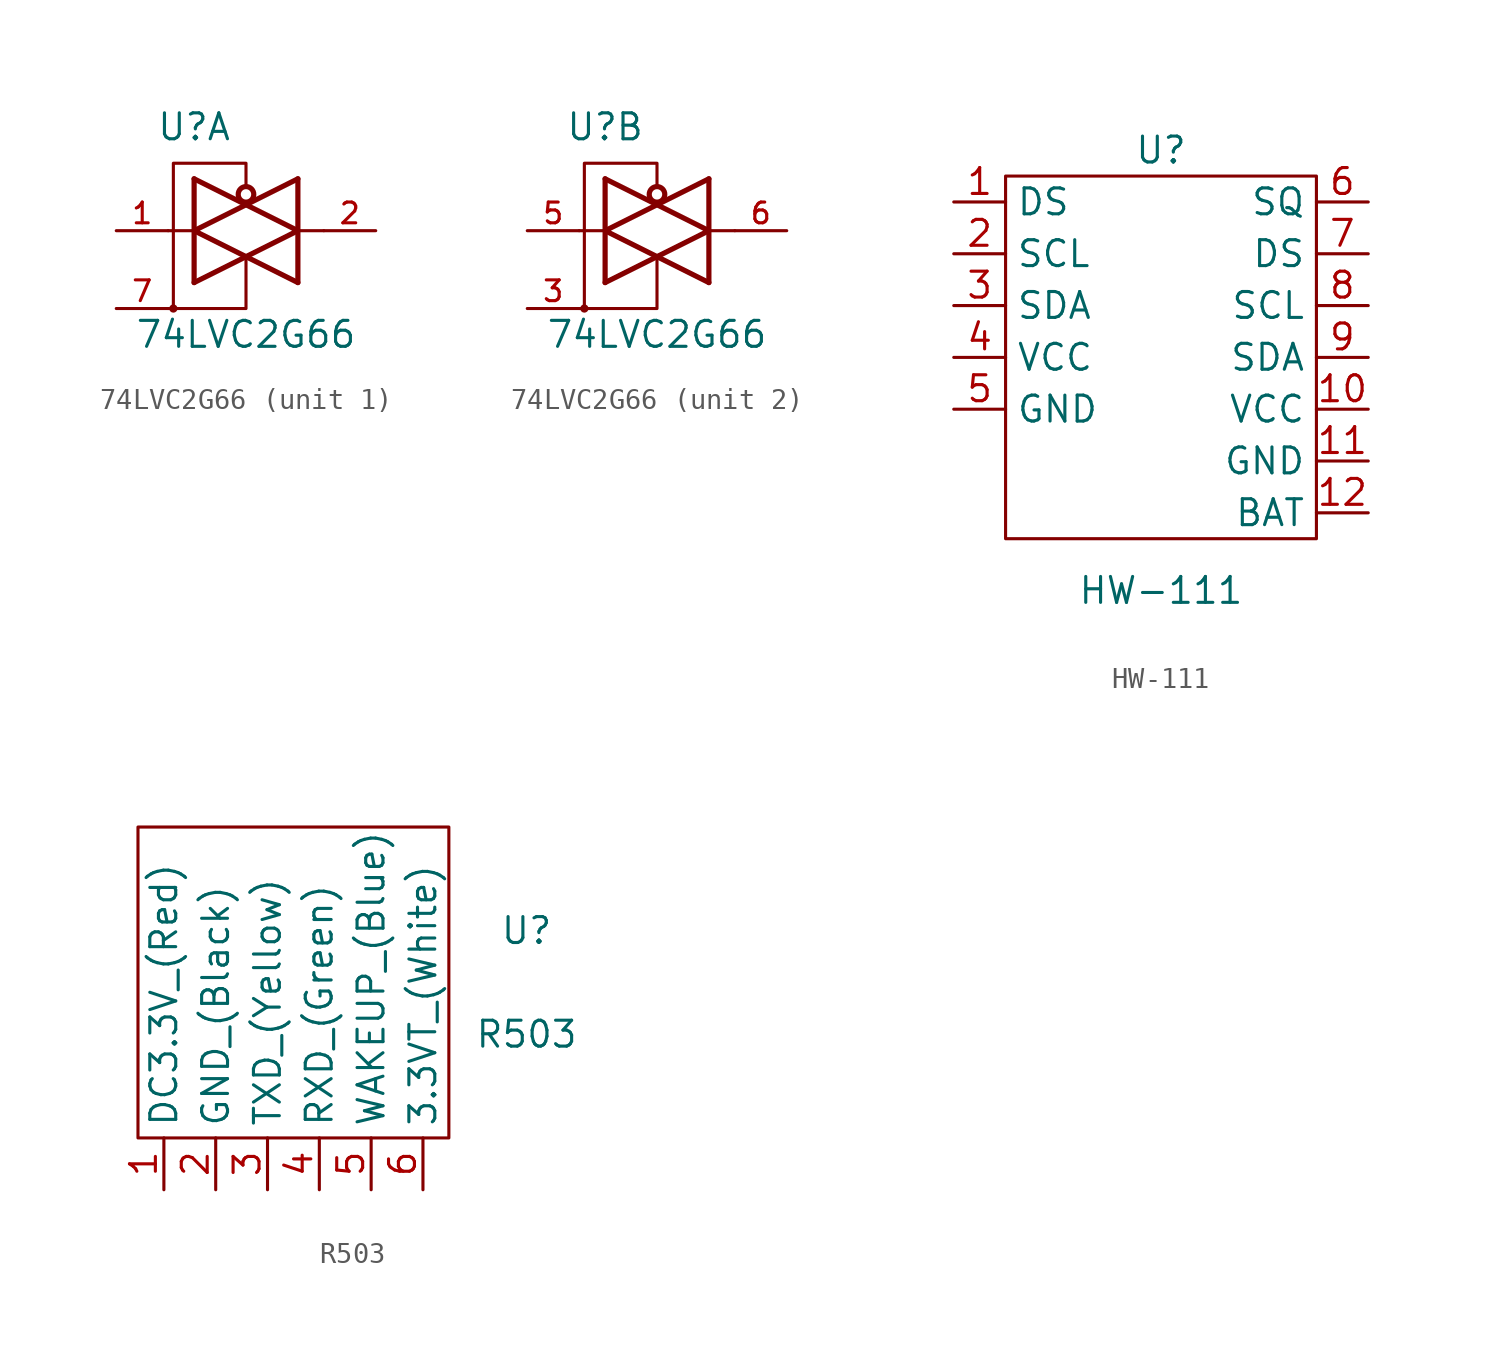
<source format=kicad_sym>
(kicad_symbol_lib
  (version 20211014)
  (generator kicad_symbol_editor)
  (symbol "74LVC2G66"
    (pin_names
      (offset 1.016))
    (property "Reference" "U"
      (at -2.54 5.08 0)
      (effects (font (size 1.27 1.27))))
    (property "Value" "74LVC2G66"
      (at 0 -5.08 0)
      (effects (font (size 1.27 1.27))))
    (symbol "74LVC2G66_0_1"
      (circle (center -3.556 -3.81) (radius 0.127) (stroke (width 0) (type default) (color 0 0 0 0)) (fill (type none)))
      (polyline (pts (xy -3.81 0) (xy -2.54 0)) (stroke (width 0) (type default) (color 0 0 0 0)) (fill (type none)))
      (polyline (pts (xy -2.54 2.54) (xy -2.54 -2.54)) (stroke (width 0.254) (type default) (color 0 0 0 0)) (fill (type none)))
      (polyline (pts (xy 2.54 0) (xy 3.81 0)) (stroke (width 0) (type default) (color 0 0 0 0)) (fill (type none)))
      (polyline (pts (xy 2.54 2.54) (xy 2.54 -2.54)) (stroke (width 0.254) (type default) (color 0 0 0 0)) (fill (type none)))
      (polyline (pts (xy -3.81 -3.81) (xy 0 -3.81) (xy 0 -1.27)) (stroke (width 0) (type default) (color 0 0 0 0)) (fill (type none)))
      (polyline (pts (xy -2.54 -2.54) (xy 2.54 0) (xy -2.54 2.54)) (stroke (width 0.254) (type default) (color 0 0 0 0)) (fill (type none)))
      (polyline (pts (xy 2.54 2.54) (xy -2.54 0) (xy 2.54 -2.54)) (stroke (width 0.254) (type default) (color 0 0 0 0)) (fill (type none)))
      (polyline (pts (xy 0 2.159) (xy 0 3.302) (xy -3.556 3.302) (xy -3.556 -3.81)) (stroke (width 0) (type default) (color 0 0 0 0)) (fill (type none)))
      (circle (center 0 1.778) (radius 0.381) (stroke (width 0.254) (type default) (color 0 0 0 0)) (fill (type none)))
      (pin power_in line (at 1.27 -3.81 270) (length 0) hide (name "GND" (effects (font (size 1.016 1.016)))) (number "4" (effects (font (size 1.016 1.016)))))
      (pin power_in line (at 1.27 3.81 90) (length 0) hide (name "+3.3V" (effects (font (size 1.016 1.016)))) (number "8" (effects (font (size 1.016 1.016))))))
    (symbol "74LVC2G66_1_1"
      (pin input line (at -6.35 0 0) (length 2.54) (name "~" (effects (font (size 1.016 1.016)))) (number "1" (effects (font (size 1.016 1.016)))))
      (pin tri_state line (at 6.35 0 180) (length 2.54) (name "~" (effects (font (size 1.016 1.016)))) (number "2" (effects (font (size 1.016 1.016)))))
      (pin input line (at -6.35 -3.81 0) (length 2.54) (name "~" (effects (font (size 1.016 1.016)))) (number "7" (effects (font (size 1.016 1.016))))))
    (symbol "74LVC2G66_2_1"
      (pin input line (at -6.35 -3.81 0) (length 2.54) (name "~" (effects (font (size 1.016 1.016)))) (number "3" (effects (font (size 1.016 1.016)))))
      (pin input line (at -6.35 0 0) (length 2.54) (name "~" (effects (font (size 1.016 1.016)))) (number "5" (effects (font (size 1.016 1.016)))))
      (pin tri_state line (at 6.35 0 180) (length 2.54) (name "~" (effects (font (size 1.016 1.016)))) (number "6" (effects (font (size 1.016 1.016)))))))
  (symbol "HW-111"
    (property "Reference" "U"
      (at 10.16 2.54 0)
      (effects (font (size 1.27 1.27))))
    (property "Value" "HW-111"
      (at 10.16 -19.05 0)
      (effects (font (size 1.27 1.27))))
    (symbol "HW-111_0_1"
      (rectangle (start 2.54 1.27) (end 17.78 -16.51) (stroke (width 0) (type default) (color 0 0 0 0)) (fill (type none))))
    (symbol "HW-111_1_1"
      (pin free line (at 0 0 0) (length 2.54) (name "DS" (effects (font (size 1.27 1.27)))) (number "1" (effects (font (size 1.27 1.27)))))
      (pin power_in line (at 20.32 -10.16 180) (length 2.54) (name "VCC" (effects (font (size 1.27 1.27)))) (number "10" (effects (font (size 1.27 1.27)))))
      (pin power_in line (at 20.32 -12.7 180) (length 2.54) (name "GND" (effects (font (size 1.27 1.27)))) (number "11" (effects (font (size 1.27 1.27)))))
      (pin free line (at 20.32 -15.24 180) (length 2.54) (name "BAT" (effects (font (size 1.27 1.27)))) (number "12" (effects (font (size 1.27 1.27)))))
      (pin open_collector line (at 0 -2.54 0) (length 2.54) (name "SCL" (effects (font (size 1.27 1.27)))) (number "2" (effects (font (size 1.27 1.27)))))
      (pin open_collector line (at 0 -5.08 0) (length 2.54) (name "SDA" (effects (font (size 1.27 1.27)))) (number "3" (effects (font (size 1.27 1.27)))))
      (pin power_in line (at 0 -7.62 0) (length 2.54) (name "VCC" (effects (font (size 1.27 1.27)))) (number "4" (effects (font (size 1.27 1.27)))))
      (pin power_in line (at 0 -10.16 0) (length 2.54) (name "GND" (effects (font (size 1.27 1.27)))) (number "5" (effects (font (size 1.27 1.27)))))
      (pin free line (at 20.32 0 180) (length 2.54) (name "SQ" (effects (font (size 1.27 1.27)))) (number "6" (effects (font (size 1.27 1.27)))))
      (pin free line (at 20.32 -2.54 180) (length 2.54) (name "DS" (effects (font (size 1.27 1.27)))) (number "7" (effects (font (size 1.27 1.27)))))
      (pin open_collector line (at 20.32 -5.08 180) (length 2.54) (name "SCL" (effects (font (size 1.27 1.27)))) (number "8" (effects (font (size 1.27 1.27)))))
      (pin open_collector line (at 20.32 -7.62 180) (length 2.54) (name "SDA" (effects (font (size 1.27 1.27)))) (number "9" (effects (font (size 1.27 1.27)))))))
  (symbol "R503"
    (property "Reference" "U"
      (at 17.78 12.7 0)
      (effects (font (size 1.27 1.27))))
    (property "Value" "R503"
      (at 17.78 7.62 0)
      (effects (font (size 1.27 1.27))))
    (symbol "R503_0_1"
      (rectangle (start -1.27 17.78) (end 13.97 2.54) (stroke (width 0) (type default) (color 0 0 0 0)) (fill (type none))))
    (symbol "R503_1_1"
      (pin power_in line (at 0 0 90) (length 2.54) (name "DC3.3V_(Red)" (effects (font (size 1.27 1.27)))) (number "1" (effects (font (size 1.27 1.27)))))
      (pin power_in line (at 2.54 0 90) (length 2.54) (name "GND_(Black)" (effects (font (size 1.27 1.27)))) (number "2" (effects (font (size 1.27 1.27)))))
      (pin output line (at 5.08 0 90) (length 2.54) (name "TXD_(Yellow)" (effects (font (size 1.27 1.27)))) (number "3" (effects (font (size 1.27 1.27)))))
      (pin input line (at 7.62 0 90) (length 2.54) (name "RXD_(Green)" (effects (font (size 1.27 1.27)))) (number "4" (effects (font (size 1.27 1.27)))))
      (pin output line (at 10.16 0 90) (length 2.54) (name "WAKEUP_(Blue)" (effects (font (size 1.27 1.27)))) (number "5" (effects (font (size 1.27 1.27)))))
      (pin power_in line (at 12.7 0 90) (length 2.54) (name "3.3VT_(White)" (effects (font (size 1.27 1.27)))) (number "6" (effects (font (size 1.27 1.27))))))))
</source>
